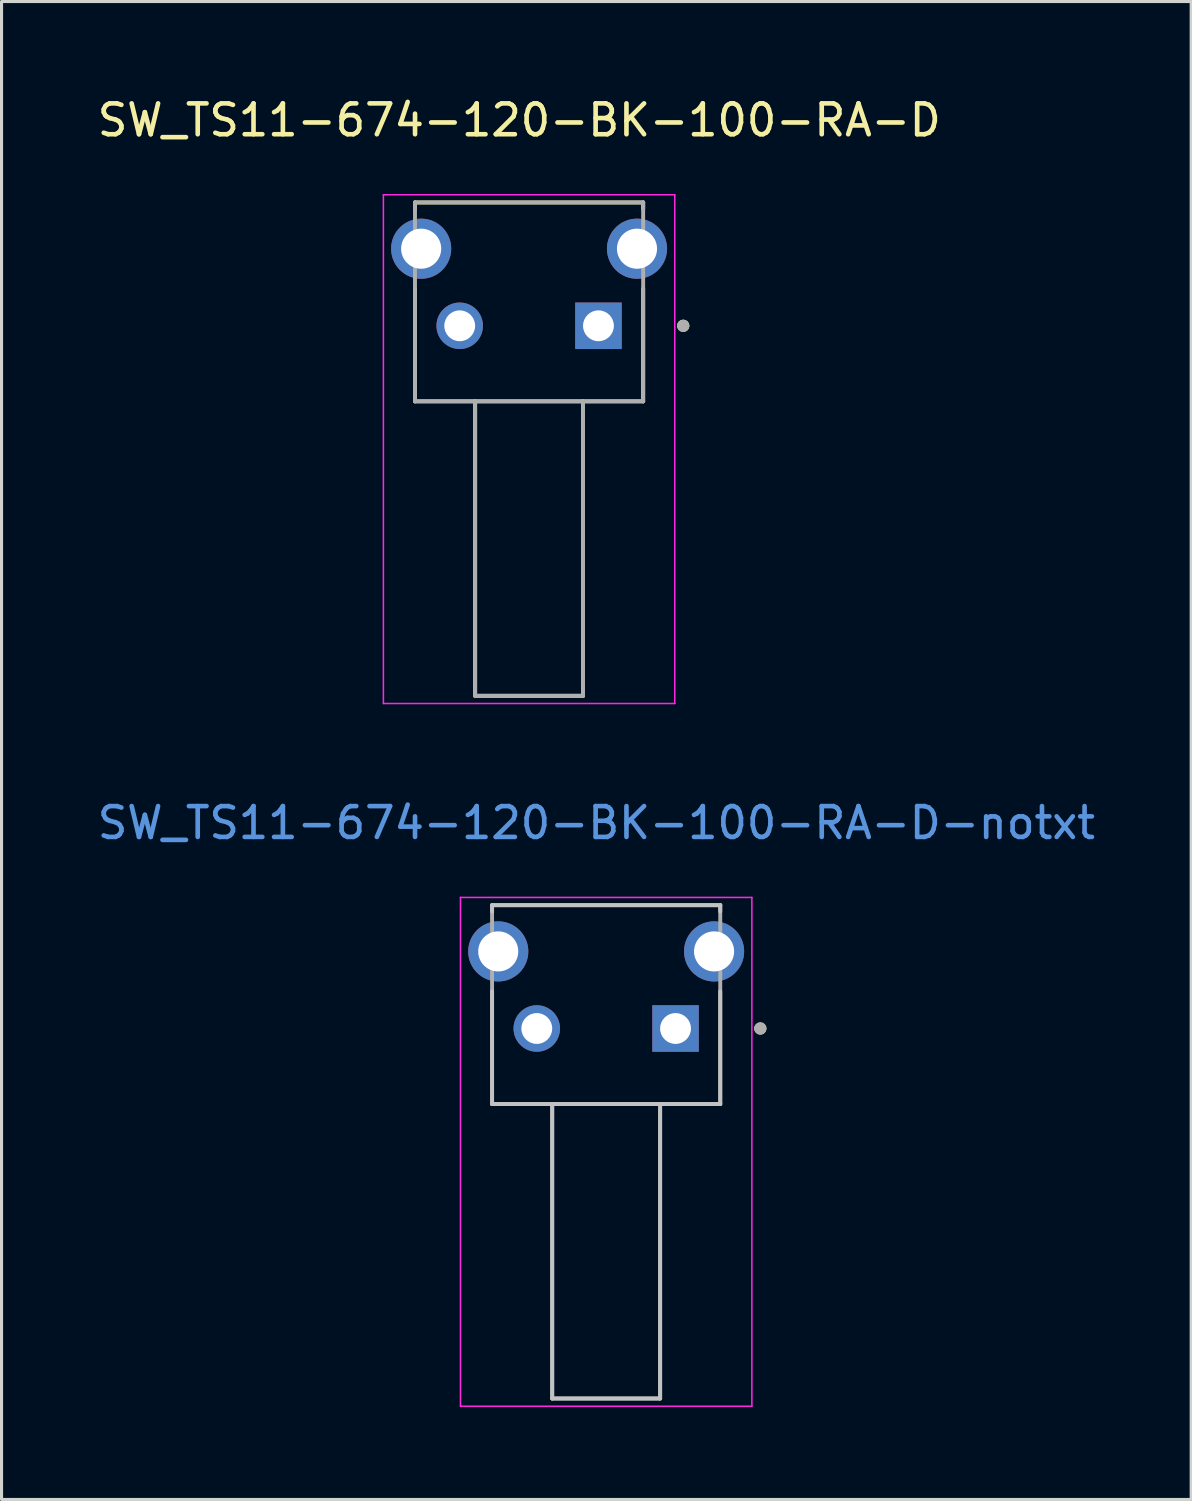
<source format=kicad_pcb>
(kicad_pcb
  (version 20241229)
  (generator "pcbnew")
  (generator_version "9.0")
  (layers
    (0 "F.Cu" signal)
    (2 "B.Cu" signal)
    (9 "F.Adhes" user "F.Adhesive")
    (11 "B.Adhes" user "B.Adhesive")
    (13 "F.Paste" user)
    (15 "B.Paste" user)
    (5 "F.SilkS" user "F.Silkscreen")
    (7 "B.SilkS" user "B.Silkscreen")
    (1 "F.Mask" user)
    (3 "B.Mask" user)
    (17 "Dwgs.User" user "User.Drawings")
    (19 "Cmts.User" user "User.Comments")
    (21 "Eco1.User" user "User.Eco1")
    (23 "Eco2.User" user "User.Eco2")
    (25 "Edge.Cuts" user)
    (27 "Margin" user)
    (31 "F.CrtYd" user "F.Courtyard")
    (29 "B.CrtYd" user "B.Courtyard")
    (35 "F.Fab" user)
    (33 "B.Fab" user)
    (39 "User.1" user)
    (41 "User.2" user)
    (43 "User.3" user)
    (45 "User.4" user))
  (footprint "SW_TS11-674-120-BK-100-RA-D-notxt"
    (layer "F.Cu")
    (at 16.609 30.306)
    (property "Reference" "SW_TS11-674-120-BK-100-RA-D-notxt" (at -0.318 -6.668 0) (layer "Cmts.User") (effects (font (size 1 1) (thickness 0.15))))
    (attr through_hole)
    (fp_circle (center 5 0) (end 5.1 0) (stroke (width 0.2) (type solid)) (fill no) (layer "F.SilkS"))
    (fp_line (start -3.7 -4) (end 3.7 -4) (stroke (width 0.127) (type solid)) (layer "Dwgs.User"))
    (fp_line (start -3.7 -3.795) (end -3.7 -4) (stroke (width 0.127) (type solid)) (layer "Dwgs.User"))
    (fp_line (start -3.7 2.45) (end -3.7 -1.205) (stroke (width 0.127) (type solid)) (layer "Dwgs.User"))
    (fp_line (start -1.75 2.45) (end -3.7 2.45) (stroke (width 0.127) (type solid)) (layer "Dwgs.User"))
    (fp_line (start -1.75 2.45) (end -1.75 12) (stroke (width 0.127) (type solid)) (layer "Dwgs.User"))
    (fp_line (start 1.75 2.45) (end -1.75 2.45) (stroke (width 0.127) (type solid)) (layer "Dwgs.User"))
    (fp_line (start 1.75 2.45) (end 1.75 12) (stroke (width 0.127) (type solid)) (layer "Dwgs.User"))
    (fp_line (start 1.75 12) (end -1.75 12) (stroke (width 0.127) (type solid)) (layer "Dwgs.User"))
    (fp_line (start 3.7 -4) (end 3.7 -3.795) (stroke (width 0.127) (type solid)) (layer "Dwgs.User"))
    (fp_line (start 3.7 2.45) (end 1.75 2.45) (stroke (width 0.127) (type solid)) (layer "Dwgs.User"))
    (fp_line (start 3.7 2.45) (end 3.7 -1.205) (stroke (width 0.127) (type solid)) (layer "Dwgs.User"))
    (fp_line (start -4.725 -4.25) (end -4.725 12.25) (stroke (width 0.05) (type solid)) (layer "F.CrtYd"))
    (fp_line (start -4.725 12.25) (end 4.725 12.25) (stroke (width 0.05) (type solid)) (layer "F.CrtYd"))
    (fp_line (start 4.725 -4.25) (end -4.725 -4.25) (stroke (width 0.05) (type solid)) (layer "F.CrtYd"))
    (fp_line (start 4.725 12.25) (end 4.725 -4.25) (stroke (width 0.05) (type solid)) (layer "F.CrtYd"))
    (fp_line (start -3.7 -4) (end 3.7 -4) (stroke (width 0.127) (type solid)) (layer "F.Fab"))
    (fp_line (start -3.7 2.45) (end -3.7 -4) (stroke (width 0.127) (type solid)) (layer "F.Fab"))
    (fp_line (start -1.75 2.45) (end -3.7 2.45) (stroke (width 0.127) (type solid)) (layer "F.Fab"))
    (fp_line (start -1.75 2.45) (end -1.75 12) (stroke (width 0.127) (type solid)) (layer "F.Fab"))
    (fp_line (start 1.75 2.45) (end -1.75 2.45) (stroke (width 0.127) (type solid)) (layer "F.Fab"))
    (fp_line (start 1.75 2.45) (end 1.75 12) (stroke (width 0.127) (type solid)) (layer "F.Fab"))
    (fp_line (start 1.75 12) (end -1.75 12) (stroke (width 0.127) (type solid)) (layer "F.Fab"))
    (fp_line (start 3.7 -4) (end 3.7 2.45) (stroke (width 0.127) (type solid)) (layer "F.Fab"))
    (fp_line (start 3.7 2.45) (end 1.75 2.45) (stroke (width 0.127) (type solid)) (layer "F.Fab"))
    (fp_circle (center 5 0) (end 5.1 0) (stroke (width 0.2) (type solid)) (fill no) (layer "F.Fab"))
    (pad "1" thru_hole rect (at 2.25 0) (size 1.508 1.508) (drill 1) (layers "*.Cu" "*.Mask"))
    (pad "2" thru_hole circle (at -2.25 0) (size 1.508 1.508) (drill 1) (layers "*.Cu" "*.Mask"))
    (pad "3" thru_hole circle (at 3.5 -2.5) (size 1.95 1.95) (drill 1.3) (layers "*.Cu" "*.Mask"))
    (pad "4" thru_hole circle (at -3.5 -2.5) (size 1.95 1.95) (drill 1.3) (layers "*.Cu" "*.Mask")))
  (footprint "SW_TS11-674-120-BK-100-RA-D"
    (layer "F.Cu")
    (at 14.109 7.516)
    (property "Reference" "SW_TS11-674-120-BK-100-RA-D" (at -0.318 -6.668 0) (layer "F.SilkS") (effects (font (size 1 1) (thickness 0.15))))
    (attr through_hole)
    (fp_line (start -3.7 -4) (end 3.7 -4) (stroke (width 0.127) (type solid)) (layer "F.SilkS"))
    (fp_line (start -3.7 -3.795) (end -3.7 -4) (stroke (width 0.127) (type solid)) (layer "F.SilkS"))
    (fp_line (start -3.7 2.45) (end -3.7 -1.205) (stroke (width 0.127) (type solid)) (layer "F.SilkS"))
    (fp_line (start -1.75 2.45) (end -3.7 2.45) (stroke (width 0.127) (type solid)) (layer "F.SilkS"))
    (fp_line (start -1.75 2.45) (end -1.75 12) (stroke (width 0.127) (type solid)) (layer "F.SilkS"))
    (fp_line (start 1.75 2.45) (end -1.75 2.45) (stroke (width 0.127) (type solid)) (layer "F.SilkS"))
    (fp_line (start 1.75 2.45) (end 1.75 12) (stroke (width 0.127) (type solid)) (layer "F.SilkS"))
    (fp_line (start 1.75 12) (end -1.75 12) (stroke (width 0.127) (type solid)) (layer "F.SilkS"))
    (fp_line (start 3.7 -4) (end 3.7 -3.795) (stroke (width 0.127) (type solid)) (layer "F.SilkS"))
    (fp_line (start 3.7 2.45) (end 1.75 2.45) (stroke (width 0.127) (type solid)) (layer "F.SilkS"))
    (fp_line (start 3.7 2.45) (end 3.7 -1.205) (stroke (width 0.127) (type solid)) (layer "F.SilkS"))
    (fp_circle (center 5 0) (end 5.1 0) (stroke (width 0.2) (type solid)) (fill no) (layer "F.SilkS"))
    (fp_line (start -4.725 -4.25) (end -4.725 12.25) (stroke (width 0.05) (type solid)) (layer "F.CrtYd"))
    (fp_line (start -4.725 12.25) (end 4.725 12.25) (stroke (width 0.05) (type solid)) (layer "F.CrtYd"))
    (fp_line (start 4.725 -4.25) (end -4.725 -4.25) (stroke (width 0.05) (type solid)) (layer "F.CrtYd"))
    (fp_line (start 4.725 12.25) (end 4.725 -4.25) (stroke (width 0.05) (type solid)) (layer "F.CrtYd"))
    (fp_line (start -3.7 -4) (end 3.7 -4) (stroke (width 0.127) (type solid)) (layer "F.Fab"))
    (fp_line (start -3.7 2.45) (end -3.7 -4) (stroke (width 0.127) (type solid)) (layer "F.Fab"))
    (fp_line (start -1.75 2.45) (end -3.7 2.45) (stroke (width 0.127) (type solid)) (layer "F.Fab"))
    (fp_line (start -1.75 2.45) (end -1.75 12) (stroke (width 0.127) (type solid)) (layer "F.Fab"))
    (fp_line (start 1.75 2.45) (end -1.75 2.45) (stroke (width 0.127) (type solid)) (layer "F.Fab"))
    (fp_line (start 1.75 2.45) (end 1.75 12) (stroke (width 0.127) (type solid)) (layer "F.Fab"))
    (fp_line (start 1.75 12) (end -1.75 12) (stroke (width 0.127) (type solid)) (layer "F.Fab"))
    (fp_line (start 3.7 -4) (end 3.7 2.45) (stroke (width 0.127) (type solid)) (layer "F.Fab"))
    (fp_line (start 3.7 2.45) (end 1.75 2.45) (stroke (width 0.127) (type solid)) (layer "F.Fab"))
    (fp_circle (center 5 0) (end 5.1 0) (stroke (width 0.2) (type solid)) (fill no) (layer "F.Fab"))
    (pad "1" thru_hole rect (at 2.25 0) (size 1.508 1.508) (drill 1) (layers "*.Cu" "*.Mask"))
    (pad "2" thru_hole circle (at -2.25 0) (size 1.508 1.508) (drill 1) (layers "*.Cu" "*.Mask"))
    (pad "3" thru_hole circle (at 3.5 -2.5) (size 1.95 1.95) (drill 1.3) (layers "*.Cu" "*.Mask"))
    (pad "4" thru_hole circle (at -3.5 -2.5) (size 1.95 1.95) (drill 1.3) (layers "*.Cu" "*.Mask")))
  (gr_rect
    (start -3 -3)
    (end 35.583 45.581)
    (stroke (width 0.1) (type default))
    (fill no)
    (layer "Edge.Cuts")))
</source>
